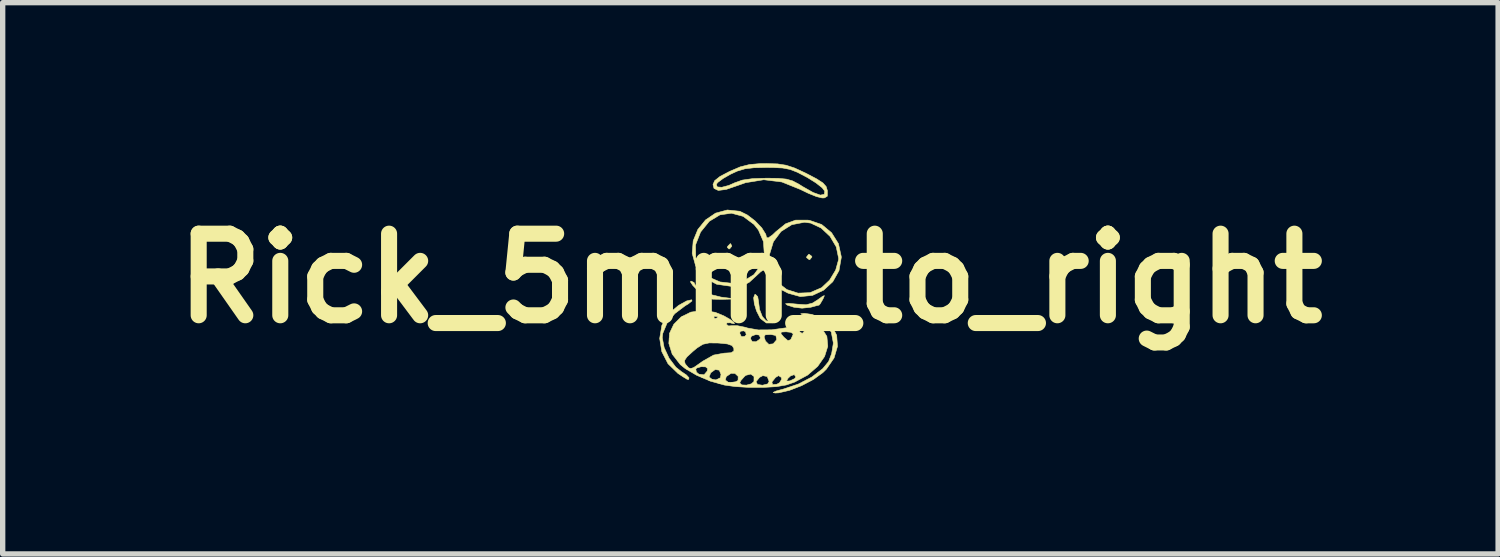
<source format=kicad_pcb>
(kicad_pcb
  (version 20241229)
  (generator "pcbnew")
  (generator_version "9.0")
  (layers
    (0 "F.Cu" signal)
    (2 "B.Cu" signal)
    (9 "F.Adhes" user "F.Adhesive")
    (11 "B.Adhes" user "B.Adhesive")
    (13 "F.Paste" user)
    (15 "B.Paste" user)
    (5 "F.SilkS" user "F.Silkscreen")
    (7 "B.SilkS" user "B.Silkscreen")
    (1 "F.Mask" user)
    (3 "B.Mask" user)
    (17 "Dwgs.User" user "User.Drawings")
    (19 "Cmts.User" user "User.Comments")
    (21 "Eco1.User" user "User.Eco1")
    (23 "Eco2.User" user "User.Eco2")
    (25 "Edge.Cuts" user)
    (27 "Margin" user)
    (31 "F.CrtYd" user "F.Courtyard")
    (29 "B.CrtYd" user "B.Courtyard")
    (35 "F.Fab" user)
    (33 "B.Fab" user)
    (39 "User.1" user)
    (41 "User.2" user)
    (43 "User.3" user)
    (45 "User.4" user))
  (footprint "Rick_5mm_to_right"
    (layer "F.Cu")
    (at 10.966 2.149)
    (property "Reference" "Rick_5mm_to_right" (at 0 0 0) (layer "F.SilkS") (effects (font (size 1.524 1.524) (thickness 0.3))))
    (attr through_hole)
    (fp_poly (pts (xy -0.35 -0.61) (xy -0.349 -0.599) (xy -0.388 -0.551) (xy -0.402 -0.549) (xy -0.432 -0.579) (xy -0.424 -0.599) (xy -0.379 -0.646) (xy -0.371 -0.649) (xy -0.35 -0.61)) (stroke (width 0.01) (type solid)) (fill yes) (layer "F.SilkS"))
    (fp_poly (pts (xy 1.146 -0.411) (xy 1.148 -0.399) (xy 1.11 -0.351) (xy 1.098 -0.349) (xy 1.049 -0.387) (xy 1.048 -0.399) (xy 1.086 -0.448) (xy 1.098 -0.449) (xy 1.146 -0.411)) (stroke (width 0.01) (type solid)) (fill yes) (layer "F.SilkS"))
    (fp_poly (pts (xy -1.052 0.078) (xy -1.048 0.094) (xy -1.003 0.165) (xy -0.887 0.24) (xy -0.727 0.306) (xy -0.549 0.35) (xy -0.524 0.353) (xy -0.274 0.385) (xy -0.537 0.392) (xy -0.704 0.389) (xy -0.821 0.355) (xy -0.934 0.273) (xy -0.986 0.226) (xy -1.079 0.129) (xy -1.12 0.066) (xy -1.11 0.051) (xy -1.052 0.078)) (stroke (width 0.01) (type solid)) (fill yes) (layer "F.SilkS"))
    (fp_poly (pts (xy 1.363 0.369) (xy 1.35 0.395) (xy 1.303 0.475) (xy 1.283 0.499) (xy 1.233 0.511) (xy 1.126 0.54) (xy 1.122 0.541) (xy 0.964 0.557) (xy 0.811 0.539) (xy 0.686 0.499) (xy 0.656 0.474) (xy 0.718 0.467) (xy 0.868 0.481) (xy 0.876 0.482) (xy 1.04 0.493) (xy 1.16 0.462) (xy 1.255 0.402) (xy 1.351 0.333) (xy 1.382 0.322) (xy 1.363 0.369)) (stroke (width 0.01) (type solid)) (fill yes) (layer "F.SilkS"))
    (fp_poly (pts (xy -1.091 0.421) (xy -1.158 0.475) (xy -1.221 0.513) (xy -1.412 0.658) (xy -1.558 0.838) (xy -1.637 1.027) (xy -1.647 1.107) (xy -1.611 1.294) (xy -1.519 1.492) (xy -1.393 1.659) (xy -1.295 1.738) (xy -1.195 1.805) (xy -1.149 1.855) (xy -1.148 1.859) (xy -1.153 1.888) (xy -1.183 1.885) (xy -1.258 1.839) (xy -1.354 1.775) (xy -1.539 1.595) (xy -1.655 1.369) (xy -1.695 1.122) (xy -1.654 0.878) (xy -1.597 0.761) (xy -1.486 0.625) (xy -1.34 0.504) (xy -1.192 0.422) (xy -1.098 0.4) (xy -1.091 0.421)) (stroke (width 0.01) (type solid)) (fill yes) (layer "F.SilkS"))
    (fp_poly (pts (xy 1.146 0.673) (xy 1.305 0.729) (xy 1.345 0.747) (xy 1.517 0.883) (xy 1.611 1.063) (xy 1.626 1.27) (xy 1.562 1.487) (xy 1.419 1.695) (xy 1.353 1.76) (xy 1.178 1.887) (xy 0.958 2.003) (xy 0.729 2.092) (xy 0.528 2.138) (xy 0.46 2.142) (xy 0.424 2.13) (xy 0.481 2.104) (xy 0.621 2.066) (xy 0.896 1.974) (xy 1.148 1.842) (xy 1.349 1.688) (xy 1.46 1.554) (xy 1.517 1.405) (xy 1.546 1.229) (xy 1.547 1.199) (xy 1.51 1.003) (xy 1.395 0.856) (xy 1.195 0.749) (xy 1.088 0.716) (xy 0.969 0.681) (xy 0.939 0.662) (xy 0.994 0.654) (xy 1.012 0.654) (xy 1.146 0.673)) (stroke (width 0.01) (type solid)) (fill yes) (layer "F.SilkS"))
    (fp_poly (pts (xy 0.505 -2.138) (xy 0.666 -2.113) (xy 0.825 -2.061) (xy 1.024 -1.969) (xy 1.048 -1.957) (xy 1.237 -1.858) (xy 1.353 -1.783) (xy 1.414 -1.715) (xy 1.437 -1.64) (xy 1.438 -1.634) (xy 1.436 -1.535) (xy 1.384 -1.503) (xy 1.338 -1.502) (xy 1.235 -1.527) (xy 1.081 -1.589) (xy 0.932 -1.661) (xy 0.587 -1.8) (xy 0.25 -1.842) (xy -0.09 -1.787) (xy -0.229 -1.738) (xy -0.452 -1.661) (xy -0.6 -1.642) (xy -0.68 -1.68) (xy -0.699 -1.752) (xy -0.696 -1.758) (xy -0.637 -1.758) (xy -0.62 -1.708) (xy -0.535 -1.701) (xy -0.403 -1.736) (xy -0.295 -1.784) (xy -0.152 -1.835) (xy 0.043 -1.863) (xy 0.303 -1.871) (xy 0.52 -1.868) (xy 0.67 -1.854) (xy 0.786 -1.821) (xy 0.901 -1.761) (xy 0.977 -1.713) (xy 1.17 -1.604) (xy 1.306 -1.555) (xy 1.38 -1.57) (xy 1.388 -1.63) (xy 1.339 -1.693) (xy 1.224 -1.783) (xy 1.068 -1.881) (xy 1.048 -1.892) (xy 0.878 -1.981) (xy 0.743 -2.034) (xy 0.604 -2.061) (xy 0.423 -2.07) (xy 0.298 -2.071) (xy 0.066 -2.066) (xy -0.103 -2.046) (xy -0.244 -2.004) (xy -0.372 -1.945) (xy -0.511 -1.865) (xy -0.609 -1.792) (xy -0.637 -1.758) (xy -0.696 -1.758) (xy -0.668 -1.824) (xy -0.567 -1.904) (xy -0.387 -1.998) (xy -0.191 -2.082) (xy -0.018 -2.126) (xy 0.179 -2.143) (xy 0.299 -2.144) (xy 0.505 -2.138)) (stroke (width 0.01) (type solid)) (fill yes) (layer "F.SilkS"))
    (fp_poly (pts (xy -0.198 -1.253) (xy -0.198 -1.253) (xy -0.058 -1.184) (xy 0.087 -1.073) (xy 0.211 -0.944) (xy 0.287 -0.823) (xy 0.299 -0.77) (xy 0.329 -0.753) (xy 0.412 -0.811) (xy 0.475 -0.871) (xy 0.657 -1.019) (xy 0.842 -1.087) (xy 1.068 -1.088) (xy 1.106 -1.083) (xy 1.33 -1.006) (xy 1.515 -0.853) (xy 1.644 -0.647) (xy 1.696 -0.41) (xy 1.697 -0.389) (xy 1.654 -0.144) (xy 1.538 0.063) (xy 1.367 0.221) (xy 1.16 0.318) (xy 0.933 0.341) (xy 0.707 0.278) (xy 0.696 0.273) (xy 0.549 0.197) (xy 0.549 0.426) (xy 0.538 0.588) (xy 0.51 0.72) (xy 0.497 0.752) (xy 0.409 0.834) (xy 0.297 0.834) (xy 0.191 0.753) (xy 0.177 0.733) (xy 0.114 0.609) (xy 0.073 0.476) (xy 0.06 0.363) (xy 0.081 0.303) (xy 0.094 0.299) (xy 0.136 0.342) (xy 0.15 0.421) (xy 0.17 0.58) (xy 0.222 0.713) (xy 0.291 0.79) (xy 0.321 0.798) (xy 0.411 0.755) (xy 0.47 0.641) (xy 0.495 0.482) (xy 0.484 0.303) (xy 0.434 0.129) (xy 0.399 0.061) (xy 0.334 -0.063) (xy 0.3 -0.158) (xy 0.299 -0.17) (xy 0.269 -0.176) (xy 0.189 -0.121) (xy 0.106 -0.044) (xy -0.019 0.071) (xy -0.124 0.128) (xy -0.255 0.148) (xy -0.35 0.15) (xy -0.63 0.11) (xy -0.85 -0.007) (xy -1.007 -0.2) (xy -1.023 -0.232) (xy -1.088 -0.468) (xy -1.075 -0.623) (xy -1.026 -0.623) (xy -1.021 -0.389) (xy -0.922 -0.165) (xy -0.773 -0.022) (xy -0.567 0.067) (xy -0.338 0.093) (xy -0.133 0.053) (xy 0.066 -0.07) (xy 0.197 -0.249) (xy 0.224 -0.344) (xy 0.349 -0.344) (xy 0.393 -0.11) (xy 0.51 0.078) (xy 0.682 0.21) (xy 0.89 0.276) (xy 1.114 0.267) (xy 1.33 0.174) (xy 1.479 0.033) (xy 1.592 -0.154) (xy 1.645 -0.344) (xy 1.647 -0.375) (xy 1.603 -0.588) (xy 1.487 -0.784) (xy 1.321 -0.94) (xy 1.126 -1.032) (xy 1.01 -1.048) (xy 0.771 -1.002) (xy 0.572 -0.876) (xy 0.429 -0.685) (xy 0.356 -0.444) (xy 0.349 -0.344) (xy 0.224 -0.344) (xy 0.258 -0.462) (xy 0.243 -0.687) (xy 0.149 -0.904) (xy 0.068 -1.006) (xy -0.136 -1.158) (xy -0.354 -1.217) (xy -0.57 -1.186) (xy -0.768 -1.066) (xy -0.931 -0.865) (xy -1.026 -0.623) (xy -1.075 -0.623) (xy -1.069 -0.7) (xy -0.982 -0.913) (xy -0.838 -1.091) (xy -0.651 -1.218) (xy -0.433 -1.277) (xy -0.198 -1.253)) (stroke (width 0.01) (type solid)) (fill yes) (layer "F.SilkS"))
    (fp_poly (pts (xy -0.658 0.634) (xy -0.497 0.7) (xy -0.379 0.767) (xy -0.309 0.82) (xy -0.299 0.848) (xy -0.359 0.836) (xy -0.374 0.83) (xy -0.438 0.832) (xy -0.449 0.856) (xy -0.41 0.889) (xy -0.351 0.884) (xy -0.244 0.884) (xy -0.096 0.914) (xy -0.052 0.928) (xy 0.146 0.963) (xy 0.396 0.961) (xy 0.662 0.924) (xy 0.905 0.856) (xy 0.914 0.853) (xy 1.075 0.806) (xy 1.193 0.82) (xy 1.307 0.903) (xy 1.325 0.921) (xy 1.428 1.084) (xy 1.445 1.268) (xy 1.385 1.459) (xy 1.257 1.643) (xy 1.068 1.807) (xy 0.826 1.937) (xy 0.67 1.991) (xy 0.489 2.022) (xy 0.246 2.037) (xy -0.025 2.037) (xy -0.286 2.021) (xy -0.486 1.993) (xy -0.626 1.954) (xy -0.2 1.954) (xy -0.161 1.99) (xy -0.074 1.994) (xy 0.017 1.97) (xy 0.062 1.93) (xy 0.105 1.93) (xy 0.132 1.982) (xy 0.225 1.996) (xy 0.324 1.971) (xy 0.343 1.936) (xy 0.401 1.936) (xy 0.414 1.985) (xy 0.494 1.977) (xy 0.543 1.951) (xy 0.564 1.917) (xy 0.673 1.917) (xy 0.723 1.917) (xy 0.746 1.911) (xy 0.828 1.872) (xy 0.848 1.841) (xy 0.819 1.798) (xy 0.75 1.822) (xy 0.702 1.867) (xy 0.673 1.917) (xy 0.564 1.917) (xy 0.584 1.884) (xy 0.576 1.85) (xy 0.526 1.817) (xy 0.47 1.85) (xy 0.401 1.936) (xy 0.343 1.936) (xy 0.349 1.924) (xy 0.314 1.834) (xy 0.232 1.817) (xy 0.172 1.848) (xy 0.105 1.93) (xy 0.062 1.93) (xy 0.066 1.927) (xy 0.067 1.833) (xy 0.006 1.788) (xy -0.085 1.811) (xy -0.109 1.83) (xy -0.179 1.909) (xy -0.2 1.954) (xy -0.626 1.954) (xy -0.748 1.92) (xy -0.794 1.9) (xy -0.469 1.9) (xy -0.413 1.942) (xy -0.376 1.946) (xy -0.273 1.931) (xy -0.231 1.906) (xy -0.229 1.831) (xy -0.288 1.776) (xy -0.362 1.774) (xy -0.451 1.834) (xy -0.469 1.9) (xy -0.794 1.9) (xy -0.928 1.843) (xy -0.772 1.843) (xy -0.712 1.889) (xy -0.64 1.896) (xy -0.563 1.857) (xy -0.549 1.796) (xy -0.581 1.715) (xy -0.658 1.703) (xy -0.742 1.764) (xy -0.772 1.843) (xy -0.928 1.843) (xy -1.007 1.809) (xy -1.202 1.694) (xy -1.021 1.694) (xy -1.008 1.752) (xy -0.962 1.79) (xy -0.866 1.801) (xy -0.807 1.732) (xy -0.799 1.684) (xy -0.837 1.653) (xy -0.921 1.65) (xy -1 1.674) (xy -1.021 1.694) (xy -1.202 1.694) (xy -1.224 1.68) (xy -1.309 1.611) (xy -1.367 1.536) (xy -1.232 1.536) (xy -1.221 1.591) (xy -1.203 1.615) (xy -1.155 1.67) (xy -1.114 1.687) (xy -1.052 1.661) (xy -0.943 1.585) (xy -0.89 1.547) (xy -0.688 1.433) (xy -0.492 1.397) (xy -0.488 1.397) (xy -0.361 1.389) (xy -0.31 1.357) (xy -0.309 1.31) (xy -0.342 1.256) (xy -0.43 1.225) (xy -0.595 1.208) (xy -0.601 1.208) (xy -0.77 1.206) (xy -0.887 1.231) (xy -0.996 1.299) (xy -1.074 1.364) (xy -1.187 1.468) (xy -1.232 1.536) (xy -1.367 1.536) (xy -1.461 1.415) (xy -1.524 1.215) (xy -1.518 1.126) (xy 0 1.126) (xy 0.034 1.181) (xy 0.106 1.184) (xy 0.173 1.138) (xy 0.187 1.11) (xy 0.178 1.091) (xy 0.255 1.091) (xy 0.281 1.171) (xy 0.343 1.232) (xy 0.425 1.223) (xy 0.485 1.153) (xy 0.49 1.135) (xy 0.475 1.068) (xy 0.385 1.048) (xy 0.378 1.048) (xy 0.278 1.054) (xy 0.255 1.091) (xy 0.178 1.091) (xy 0.164 1.06) (xy 0.104 1.048) (xy 0.018 1.08) (xy 0 1.126) (xy -1.518 1.126) (xy -1.511 1.026) (xy -1.51 1.025) (xy -0.2 1.025) (xy -0.168 1.09) (xy -0.105 1.083) (xy -0.078 1.053) (xy -0.083 1.035) (xy 0.571 1.035) (xy 0.625 1.099) (xy 0.7 1.163) (xy 0.749 1.147) (xy 0.757 1.136) (xy 0.794 1.056) (xy 0.798 1.035) (xy 0.755 1.008) (xy 0.666 0.998) (xy 0.575 1.003) (xy 0.571 1.035) (xy -0.083 1.035) (xy -0.091 1) (xy -0.125 0.98) (xy -0.189 0.988) (xy -0.2 1.025) (xy -1.51 1.025) (xy -1.488 0.977) (xy 0.913 0.977) (xy 0.924 1) (xy 0.968 1.029) (xy 1.003 0.991) (xy 1.014 0.923) (xy 0.993 0.906) (xy 0.92 0.912) (xy 0.913 0.977) (xy -1.488 0.977) (xy -1.431 0.857) (xy -1.295 0.721) (xy -1.283 0.715) (xy -0.682 0.715) (xy -0.675 0.745) (xy -0.649 0.749) (xy -0.608 0.73) (xy -0.615 0.715) (xy -0.675 0.709) (xy -0.682 0.715) (xy -1.283 0.715) (xy -1.114 0.631) (xy -0.898 0.598) (xy -0.658 0.634)) (stroke (width 0.01) (type solid)) (fill yes) (layer "F.SilkS")))
  (gr_rect
    (start -3 -3)
    (end 24.931 7.296)
    (stroke (width 0.1) (type default))
    (fill no)
    (layer "Edge.Cuts")))
</source>
